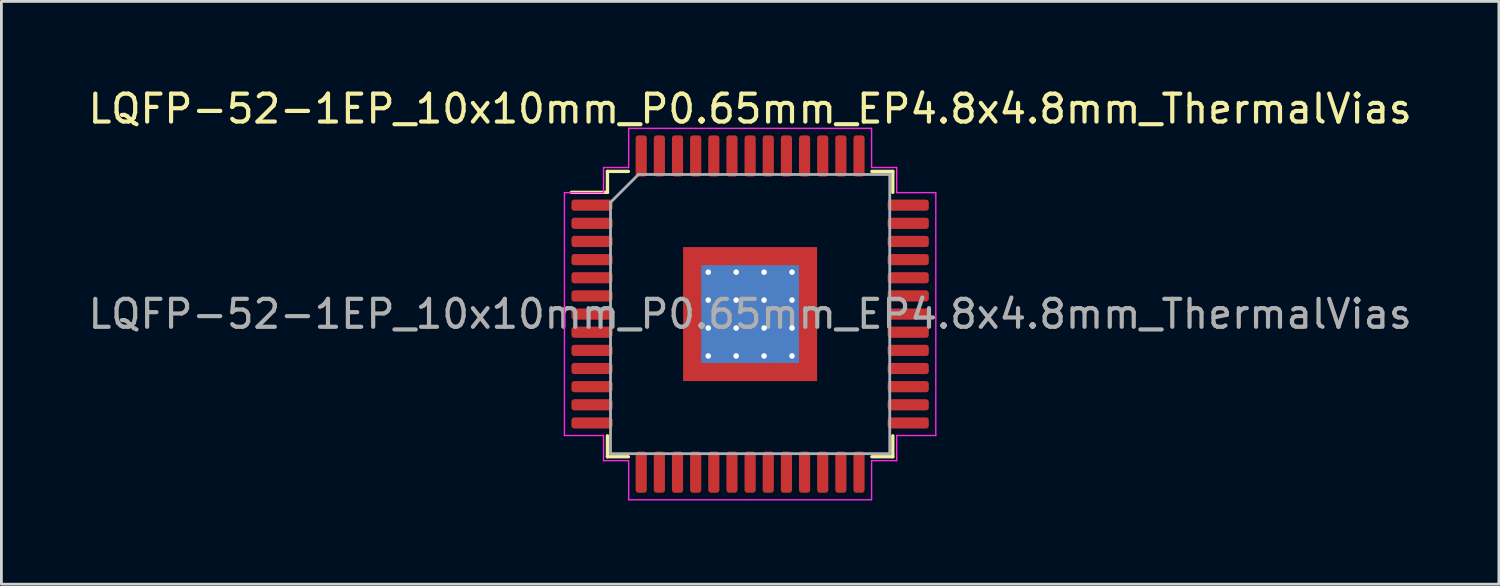
<source format=kicad_pcb>
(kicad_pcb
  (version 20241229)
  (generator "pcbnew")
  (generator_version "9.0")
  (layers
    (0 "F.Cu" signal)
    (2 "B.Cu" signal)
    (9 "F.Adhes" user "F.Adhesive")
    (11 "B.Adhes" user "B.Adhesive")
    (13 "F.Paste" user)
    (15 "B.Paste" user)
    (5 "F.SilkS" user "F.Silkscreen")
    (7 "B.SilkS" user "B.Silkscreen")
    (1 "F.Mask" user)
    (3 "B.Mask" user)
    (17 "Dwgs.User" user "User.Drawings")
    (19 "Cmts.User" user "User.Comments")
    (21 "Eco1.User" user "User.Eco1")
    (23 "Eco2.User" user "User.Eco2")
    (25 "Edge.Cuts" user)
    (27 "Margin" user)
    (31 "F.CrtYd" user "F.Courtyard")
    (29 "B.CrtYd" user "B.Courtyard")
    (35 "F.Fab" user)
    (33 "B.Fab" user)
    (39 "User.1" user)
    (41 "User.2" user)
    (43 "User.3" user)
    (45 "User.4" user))
  (footprint "LQFP-52-1EP_10x10mm_P0.65mm_EP4.8x4.8mm_ThermalVias"
    (layer "F.Cu")
    (at 23.815 8.198)
    (property "Reference" "LQFP-52-1EP_10x10mm_P0.65mm_EP4.8x4.8mm_ThermalVias" (at 0 -7.35 0) (layer "F.SilkS") (effects (font (size 1 1) (thickness 0.15))))
    (attr smd)
    (fp_line (start -5.11 -5.11) (end -5.11 -4.36) (stroke (width 0.12) (type solid)) (layer "F.SilkS"))
    (fp_line (start -5.11 -4.36) (end -6.4 -4.36) (stroke (width 0.12) (type solid)) (layer "F.SilkS"))
    (fp_line (start -5.11 5.11) (end -5.11 4.36) (stroke (width 0.12) (type solid)) (layer "F.SilkS"))
    (fp_line (start -4.36 -5.11) (end -5.11 -5.11) (stroke (width 0.12) (type solid)) (layer "F.SilkS"))
    (fp_line (start -4.36 5.11) (end -5.11 5.11) (stroke (width 0.12) (type solid)) (layer "F.SilkS"))
    (fp_line (start 4.36 -5.11) (end 5.11 -5.11) (stroke (width 0.12) (type solid)) (layer "F.SilkS"))
    (fp_line (start 4.36 5.11) (end 5.11 5.11) (stroke (width 0.12) (type solid)) (layer "F.SilkS"))
    (fp_line (start 5.11 -5.11) (end 5.11 -4.36) (stroke (width 0.12) (type solid)) (layer "F.SilkS"))
    (fp_line (start 5.11 5.11) (end 5.11 4.36) (stroke (width 0.12) (type solid)) (layer "F.SilkS"))
    (fp_line (start -6.65 -4.35) (end -6.65 0) (stroke (width 0.05) (type solid)) (layer "F.CrtYd"))
    (fp_line (start -6.65 4.35) (end -6.65 0) (stroke (width 0.05) (type solid)) (layer "F.CrtYd"))
    (fp_line (start -5.25 -5.25) (end -5.25 -4.35) (stroke (width 0.05) (type solid)) (layer "F.CrtYd"))
    (fp_line (start -5.25 -4.35) (end -6.65 -4.35) (stroke (width 0.05) (type solid)) (layer "F.CrtYd"))
    (fp_line (start -5.25 4.35) (end -6.65 4.35) (stroke (width 0.05) (type solid)) (layer "F.CrtYd"))
    (fp_line (start -5.25 5.25) (end -5.25 4.35) (stroke (width 0.05) (type solid)) (layer "F.CrtYd"))
    (fp_line (start -4.35 -6.65) (end -4.35 -5.25) (stroke (width 0.05) (type solid)) (layer "F.CrtYd"))
    (fp_line (start -4.35 -5.25) (end -5.25 -5.25) (stroke (width 0.05) (type solid)) (layer "F.CrtYd"))
    (fp_line (start -4.35 5.25) (end -5.25 5.25) (stroke (width 0.05) (type solid)) (layer "F.CrtYd"))
    (fp_line (start -4.35 6.65) (end -4.35 5.25) (stroke (width 0.05) (type solid)) (layer "F.CrtYd"))
    (fp_line (start 0 -6.65) (end -4.35 -6.65) (stroke (width 0.05) (type solid)) (layer "F.CrtYd"))
    (fp_line (start 0 -6.65) (end 4.35 -6.65) (stroke (width 0.05) (type solid)) (layer "F.CrtYd"))
    (fp_line (start 0 6.65) (end -4.35 6.65) (stroke (width 0.05) (type solid)) (layer "F.CrtYd"))
    (fp_line (start 0 6.65) (end 4.35 6.65) (stroke (width 0.05) (type solid)) (layer "F.CrtYd"))
    (fp_line (start 4.35 -6.65) (end 4.35 -5.25) (stroke (width 0.05) (type solid)) (layer "F.CrtYd"))
    (fp_line (start 4.35 -5.25) (end 5.25 -5.25) (stroke (width 0.05) (type solid)) (layer "F.CrtYd"))
    (fp_line (start 4.35 5.25) (end 5.25 5.25) (stroke (width 0.05) (type solid)) (layer "F.CrtYd"))
    (fp_line (start 4.35 6.65) (end 4.35 5.25) (stroke (width 0.05) (type solid)) (layer "F.CrtYd"))
    (fp_line (start 5.25 -5.25) (end 5.25 -4.35) (stroke (width 0.05) (type solid)) (layer "F.CrtYd"))
    (fp_line (start 5.25 -4.35) (end 6.65 -4.35) (stroke (width 0.05) (type solid)) (layer "F.CrtYd"))
    (fp_line (start 5.25 4.35) (end 6.65 4.35) (stroke (width 0.05) (type solid)) (layer "F.CrtYd"))
    (fp_line (start 5.25 5.25) (end 5.25 4.35) (stroke (width 0.05) (type solid)) (layer "F.CrtYd"))
    (fp_line (start 6.65 -4.35) (end 6.65 0) (stroke (width 0.05) (type solid)) (layer "F.CrtYd"))
    (fp_line (start 6.65 4.35) (end 6.65 0) (stroke (width 0.05) (type solid)) (layer "F.CrtYd"))
    (fp_line (start -5 -4) (end -4 -5) (stroke (width 0.1) (type solid)) (layer "F.Fab"))
    (fp_line (start -5 5) (end -5 -4) (stroke (width 0.1) (type solid)) (layer "F.Fab"))
    (fp_line (start -4 -5) (end 5 -5) (stroke (width 0.1) (type solid)) (layer "F.Fab"))
    (fp_line (start 5 -5) (end 5 5) (stroke (width 0.1) (type solid)) (layer "F.Fab"))
    (fp_line (start 5 5) (end -5 5) (stroke (width 0.1) (type solid)) (layer "F.Fab"))
    (fp_text user "${REFERENCE}" (at 0 0 0) (layer "F.Fab") (effects (font (size 1 1) (thickness 0.15))))
    (pad "" smd custom (at -1.95 -1.95) (size 0.649 0.649) (layers "F.Paste") (options (anchor circle)) (primitives (gr_poly (pts (xy 0.286 0.223) (xy 0.223 0.286) (xy -0.286 0.286) (xy -0.286 -0.286) (xy 0.286 -0.286)) (width 0.153) (fill yes))))
    (pad "" smd roundrect (at -1.95 -1) (size 0.726 0.806) (layers "F.Paste") (roundrect_rratio 0.25))
    (pad "" smd roundrect (at -1.95 0) (size 0.726 0.806) (layers "F.Paste") (roundrect_rratio 0.25))
    (pad "" smd roundrect (at -1.95 1) (size 0.726 0.806) (layers "F.Paste") (roundrect_rratio 0.25))
    (pad "" smd custom (at -1.95 1.95) (size 0.649 0.649) (layers "F.Paste") (options (anchor circle)) (primitives (gr_poly (pts (xy 0.286 -0.223) (xy 0.286 0.286) (xy -0.286 0.286) (xy -0.286 -0.286) (xy 0.223 -0.286)) (width 0.153) (fill yes))))
    (pad "" smd roundrect (at -1 -1.95) (size 0.806 0.726) (layers "F.Paste") (roundrect_rratio 0.25))
    (pad "" smd roundrect (at -1 -1) (size 0.806 0.806) (layers "F.Paste") (roundrect_rratio 0.25))
    (pad "" smd roundrect (at -1 0) (size 0.806 0.806) (layers "F.Paste") (roundrect_rratio 0.25))
    (pad "" smd roundrect (at -1 1) (size 0.806 0.806) (layers "F.Paste") (roundrect_rratio 0.25))
    (pad "" smd roundrect (at -1 1.95) (size 0.806 0.726) (layers "F.Paste") (roundrect_rratio 0.25))
    (pad "" smd roundrect (at 0 -1.95) (size 0.806 0.726) (layers "F.Paste") (roundrect_rratio 0.25))
    (pad "" smd roundrect (at 0 -1) (size 0.806 0.806) (layers "F.Paste") (roundrect_rratio 0.25))
    (pad "" smd roundrect (at 0 0) (size 0.806 0.806) (layers "F.Paste") (roundrect_rratio 0.25))
    (pad "" smd roundrect (at 0 1) (size 0.806 0.806) (layers "F.Paste") (roundrect_rratio 0.25))
    (pad "" smd roundrect (at 0 1.95) (size 0.806 0.726) (layers "F.Paste") (roundrect_rratio 0.25))
    (pad "" smd roundrect (at 1 -1.95) (size 0.806 0.726) (layers "F.Paste") (roundrect_rratio 0.25))
    (pad "" smd roundrect (at 1 -1) (size 0.806 0.806) (layers "F.Paste") (roundrect_rratio 0.25))
    (pad "" smd roundrect (at 1 0) (size 0.806 0.806) (layers "F.Paste") (roundrect_rratio 0.25))
    (pad "" smd roundrect (at 1 1) (size 0.806 0.806) (layers "F.Paste") (roundrect_rratio 0.25))
    (pad "" smd roundrect (at 1 1.95) (size 0.806 0.726) (layers "F.Paste") (roundrect_rratio 0.25))
    (pad "" smd custom (at 1.95 -1.95) (size 0.649 0.649) (layers "F.Paste") (options (anchor circle)) (primitives (gr_poly (pts (xy 0.286 0.286) (xy -0.223 0.286) (xy -0.286 0.223) (xy -0.286 -0.286) (xy 0.286 -0.286)) (width 0.153) (fill yes))))
    (pad "" smd roundrect (at 1.95 -1) (size 0.726 0.806) (layers "F.Paste") (roundrect_rratio 0.25))
    (pad "" smd roundrect (at 1.95 0) (size 0.726 0.806) (layers "F.Paste") (roundrect_rratio 0.25))
    (pad "" smd roundrect (at 1.95 1) (size 0.726 0.806) (layers "F.Paste") (roundrect_rratio 0.25))
    (pad "" smd custom (at 1.95 1.95) (size 0.649 0.649) (layers "F.Paste") (options (anchor circle)) (primitives (gr_poly (pts (xy 0.286 0.286) (xy -0.286 0.286) (xy -0.286 -0.223) (xy -0.223 -0.286) (xy 0.286 -0.286)) (width 0.153) (fill yes))))
    (pad "1" smd roundrect (at -5.662 -3.9) (size 1.475 0.4) (layers "F.Cu" "F.Mask" "F.Paste") (roundrect_rratio 0.25))
    (pad "2" smd roundrect (at -5.662 -3.25) (size 1.475 0.4) (layers "F.Cu" "F.Mask" "F.Paste") (roundrect_rratio 0.25))
    (pad "3" smd roundrect (at -5.662 -2.6) (size 1.475 0.4) (layers "F.Cu" "F.Mask" "F.Paste") (roundrect_rratio 0.25))
    (pad "4" smd roundrect (at -5.662 -1.95) (size 1.475 0.4) (layers "F.Cu" "F.Mask" "F.Paste") (roundrect_rratio 0.25))
    (pad "5" smd roundrect (at -5.662 -1.3) (size 1.475 0.4) (layers "F.Cu" "F.Mask" "F.Paste") (roundrect_rratio 0.25))
    (pad "6" smd roundrect (at -5.662 -0.65) (size 1.475 0.4) (layers "F.Cu" "F.Mask" "F.Paste") (roundrect_rratio 0.25))
    (pad "7" smd roundrect (at -5.662 0) (size 1.475 0.4) (layers "F.Cu" "F.Mask" "F.Paste") (roundrect_rratio 0.25))
    (pad "8" smd roundrect (at -5.662 0.65) (size 1.475 0.4) (layers "F.Cu" "F.Mask" "F.Paste") (roundrect_rratio 0.25))
    (pad "9" smd roundrect (at -5.662 1.3) (size 1.475 0.4) (layers "F.Cu" "F.Mask" "F.Paste") (roundrect_rratio 0.25))
    (pad "10" smd roundrect (at -5.662 1.95) (size 1.475 0.4) (layers "F.Cu" "F.Mask" "F.Paste") (roundrect_rratio 0.25))
    (pad "11" smd roundrect (at -5.662 2.6) (size 1.475 0.4) (layers "F.Cu" "F.Mask" "F.Paste") (roundrect_rratio 0.25))
    (pad "12" smd roundrect (at -5.662 3.25) (size 1.475 0.4) (layers "F.Cu" "F.Mask" "F.Paste") (roundrect_rratio 0.25))
    (pad "13" smd roundrect (at -5.662 3.9) (size 1.475 0.4) (layers "F.Cu" "F.Mask" "F.Paste") (roundrect_rratio 0.25))
    (pad "14" smd roundrect (at -3.9 5.662) (size 0.4 1.475) (layers "F.Cu" "F.Mask" "F.Paste") (roundrect_rratio 0.25))
    (pad "15" smd roundrect (at -3.25 5.662) (size 0.4 1.475) (layers "F.Cu" "F.Mask" "F.Paste") (roundrect_rratio 0.25))
    (pad "16" smd roundrect (at -2.6 5.662) (size 0.4 1.475) (layers "F.Cu" "F.Mask" "F.Paste") (roundrect_rratio 0.25))
    (pad "17" smd roundrect (at -1.95 5.662) (size 0.4 1.475) (layers "F.Cu" "F.Mask" "F.Paste") (roundrect_rratio 0.25))
    (pad "18" smd roundrect (at -1.3 5.662) (size 0.4 1.475) (layers "F.Cu" "F.Mask" "F.Paste") (roundrect_rratio 0.25))
    (pad "19" smd roundrect (at -0.65 5.662) (size 0.4 1.475) (layers "F.Cu" "F.Mask" "F.Paste") (roundrect_rratio 0.25))
    (pad "20" smd roundrect (at 0 5.662) (size 0.4 1.475) (layers "F.Cu" "F.Mask" "F.Paste") (roundrect_rratio 0.25))
    (pad "21" smd roundrect (at 0.65 5.662) (size 0.4 1.475) (layers "F.Cu" "F.Mask" "F.Paste") (roundrect_rratio 0.25))
    (pad "22" smd roundrect (at 1.3 5.662) (size 0.4 1.475) (layers "F.Cu" "F.Mask" "F.Paste") (roundrect_rratio 0.25))
    (pad "23" smd roundrect (at 1.95 5.662) (size 0.4 1.475) (layers "F.Cu" "F.Mask" "F.Paste") (roundrect_rratio 0.25))
    (pad "24" smd roundrect (at 2.6 5.662) (size 0.4 1.475) (layers "F.Cu" "F.Mask" "F.Paste") (roundrect_rratio 0.25))
    (pad "25" smd roundrect (at 3.25 5.662) (size 0.4 1.475) (layers "F.Cu" "F.Mask" "F.Paste") (roundrect_rratio 0.25))
    (pad "26" smd roundrect (at 3.9 5.662) (size 0.4 1.475) (layers "F.Cu" "F.Mask" "F.Paste") (roundrect_rratio 0.25))
    (pad "27" smd roundrect (at 5.662 3.9) (size 1.475 0.4) (layers "F.Cu" "F.Mask" "F.Paste") (roundrect_rratio 0.25))
    (pad "28" smd roundrect (at 5.662 3.25) (size 1.475 0.4) (layers "F.Cu" "F.Mask" "F.Paste") (roundrect_rratio 0.25))
    (pad "29" smd roundrect (at 5.662 2.6) (size 1.475 0.4) (layers "F.Cu" "F.Mask" "F.Paste") (roundrect_rratio 0.25))
    (pad "30" smd roundrect (at 5.662 1.95) (size 1.475 0.4) (layers "F.Cu" "F.Mask" "F.Paste") (roundrect_rratio 0.25))
    (pad "31" smd roundrect (at 5.662 1.3) (size 1.475 0.4) (layers "F.Cu" "F.Mask" "F.Paste") (roundrect_rratio 0.25))
    (pad "32" smd roundrect (at 5.662 0.65) (size 1.475 0.4) (layers "F.Cu" "F.Mask" "F.Paste") (roundrect_rratio 0.25))
    (pad "33" smd roundrect (at 5.662 0) (size 1.475 0.4) (layers "F.Cu" "F.Mask" "F.Paste") (roundrect_rratio 0.25))
    (pad "34" smd roundrect (at 5.662 -0.65) (size 1.475 0.4) (layers "F.Cu" "F.Mask" "F.Paste") (roundrect_rratio 0.25))
    (pad "35" smd roundrect (at 5.662 -1.3) (size 1.475 0.4) (layers "F.Cu" "F.Mask" "F.Paste") (roundrect_rratio 0.25))
    (pad "36" smd roundrect (at 5.662 -1.95) (size 1.475 0.4) (layers "F.Cu" "F.Mask" "F.Paste") (roundrect_rratio 0.25))
    (pad "37" smd roundrect (at 5.662 -2.6) (size 1.475 0.4) (layers "F.Cu" "F.Mask" "F.Paste") (roundrect_rratio 0.25))
    (pad "38" smd roundrect (at 5.662 -3.25) (size 1.475 0.4) (layers "F.Cu" "F.Mask" "F.Paste") (roundrect_rratio 0.25))
    (pad "39" smd roundrect (at 5.662 -3.9) (size 1.475 0.4) (layers "F.Cu" "F.Mask" "F.Paste") (roundrect_rratio 0.25))
    (pad "40" smd roundrect (at 3.9 -5.662) (size 0.4 1.475) (layers "F.Cu" "F.Mask" "F.Paste") (roundrect_rratio 0.25))
    (pad "41" smd roundrect (at 3.25 -5.662) (size 0.4 1.475) (layers "F.Cu" "F.Mask" "F.Paste") (roundrect_rratio 0.25))
    (pad "42" smd roundrect (at 2.6 -5.662) (size 0.4 1.475) (layers "F.Cu" "F.Mask" "F.Paste") (roundrect_rratio 0.25))
    (pad "43" smd roundrect (at 1.95 -5.662) (size 0.4 1.475) (layers "F.Cu" "F.Mask" "F.Paste") (roundrect_rratio 0.25))
    (pad "44" smd roundrect (at 1.3 -5.662) (size 0.4 1.475) (layers "F.Cu" "F.Mask" "F.Paste") (roundrect_rratio 0.25))
    (pad "45" smd roundrect (at 0.65 -5.662) (size 0.4 1.475) (layers "F.Cu" "F.Mask" "F.Paste") (roundrect_rratio 0.25))
    (pad "46" smd roundrect (at 0 -5.662) (size 0.4 1.475) (layers "F.Cu" "F.Mask" "F.Paste") (roundrect_rratio 0.25))
    (pad "47" smd roundrect (at -0.65 -5.662) (size 0.4 1.475) (layers "F.Cu" "F.Mask" "F.Paste") (roundrect_rratio 0.25))
    (pad "48" smd roundrect (at -1.3 -5.662) (size 0.4 1.475) (layers "F.Cu" "F.Mask" "F.Paste") (roundrect_rratio 0.25))
    (pad "49" smd roundrect (at -1.95 -5.662) (size 0.4 1.475) (layers "F.Cu" "F.Mask" "F.Paste") (roundrect_rratio 0.25))
    (pad "50" smd roundrect (at -2.6 -5.662) (size 0.4 1.475) (layers "F.Cu" "F.Mask" "F.Paste") (roundrect_rratio 0.25))
    (pad "51" smd roundrect (at -3.25 -5.662) (size 0.4 1.475) (layers "F.Cu" "F.Mask" "F.Paste") (roundrect_rratio 0.25))
    (pad "52" smd roundrect (at -3.9 -5.662) (size 0.4 1.475) (layers "F.Cu" "F.Mask" "F.Paste") (roundrect_rratio 0.25))
    (pad "53" thru_hole circle (at -1.5 -1.5) (size 0.5 0.5) (drill 0.2) (layers "*.Cu"))
    (pad "53" thru_hole circle (at -1.5 -0.5) (size 0.5 0.5) (drill 0.2) (layers "*.Cu"))
    (pad "53" thru_hole circle (at -1.5 0.5) (size 0.5 0.5) (drill 0.2) (layers "*.Cu"))
    (pad "53" thru_hole circle (at -1.5 1.5) (size 0.5 0.5) (drill 0.2) (layers "*.Cu"))
    (pad "53" thru_hole circle (at -0.5 -1.5) (size 0.5 0.5) (drill 0.2) (layers "*.Cu"))
    (pad "53" thru_hole circle (at -0.5 -0.5) (size 0.5 0.5) (drill 0.2) (layers "*.Cu"))
    (pad "53" thru_hole circle (at -0.5 0.5) (size 0.5 0.5) (drill 0.2) (layers "*.Cu"))
    (pad "53" thru_hole circle (at -0.5 1.5) (size 0.5 0.5) (drill 0.2) (layers "*.Cu"))
    (pad "53" smd rect (at 0 0) (size 3.5 3.5) (layers "B.Cu"))
    (pad "53" smd rect (at 0 0) (size 4.8 4.8) (layers "F.Cu" "F.Mask"))
    (pad "53" thru_hole circle (at 0.5 -1.5) (size 0.5 0.5) (drill 0.2) (layers "*.Cu"))
    (pad "53" thru_hole circle (at 0.5 -0.5) (size 0.5 0.5) (drill 0.2) (layers "*.Cu"))
    (pad "53" thru_hole circle (at 0.5 0.5) (size 0.5 0.5) (drill 0.2) (layers "*.Cu"))
    (pad "53" thru_hole circle (at 0.5 1.5) (size 0.5 0.5) (drill 0.2) (layers "*.Cu"))
    (pad "53" thru_hole circle (at 1.5 -1.5) (size 0.5 0.5) (drill 0.2) (layers "*.Cu"))
    (pad "53" thru_hole circle (at 1.5 -0.5) (size 0.5 0.5) (drill 0.2) (layers "*.Cu"))
    (pad "53" thru_hole circle (at 1.5 0.5) (size 0.5 0.5) (drill 0.2) (layers "*.Cu"))
    (pad "53" thru_hole circle (at 1.5 1.5) (size 0.5 0.5) (drill 0.2) (layers "*.Cu")))
  (gr_rect
    (start -3 -3)
    (end 50.631 17.873)
    (stroke (width 0.1) (type default))
    (fill no)
    (layer "Edge.Cuts")))
</source>
